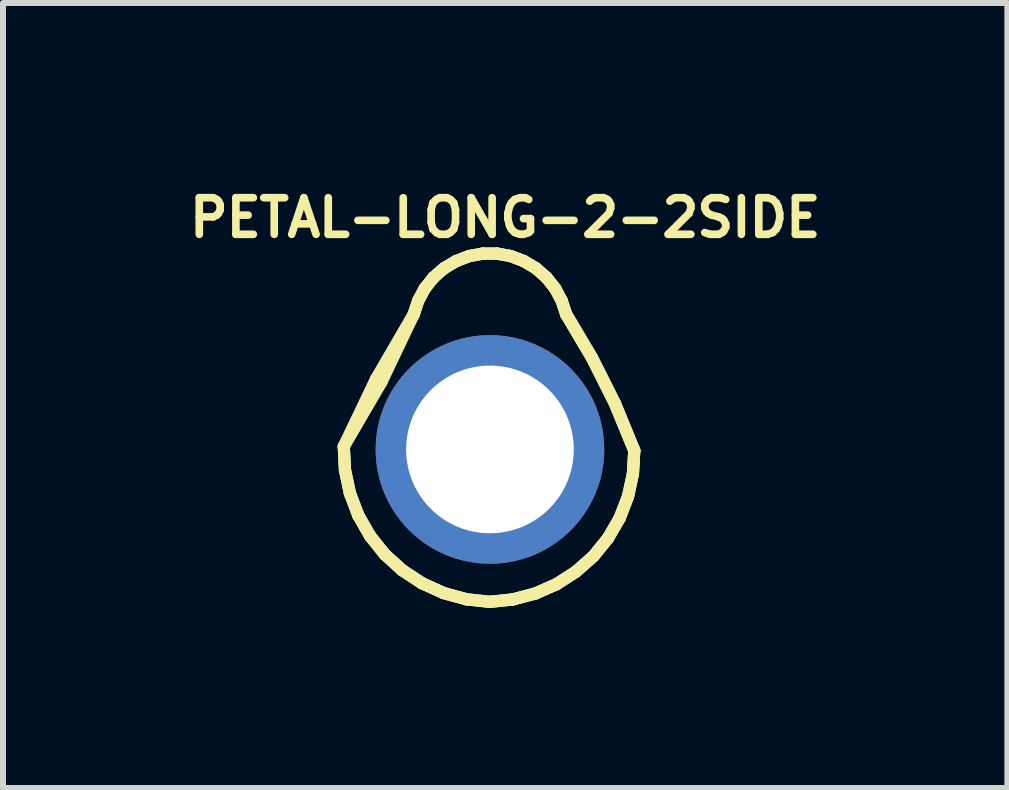
<source format=kicad_pcb>
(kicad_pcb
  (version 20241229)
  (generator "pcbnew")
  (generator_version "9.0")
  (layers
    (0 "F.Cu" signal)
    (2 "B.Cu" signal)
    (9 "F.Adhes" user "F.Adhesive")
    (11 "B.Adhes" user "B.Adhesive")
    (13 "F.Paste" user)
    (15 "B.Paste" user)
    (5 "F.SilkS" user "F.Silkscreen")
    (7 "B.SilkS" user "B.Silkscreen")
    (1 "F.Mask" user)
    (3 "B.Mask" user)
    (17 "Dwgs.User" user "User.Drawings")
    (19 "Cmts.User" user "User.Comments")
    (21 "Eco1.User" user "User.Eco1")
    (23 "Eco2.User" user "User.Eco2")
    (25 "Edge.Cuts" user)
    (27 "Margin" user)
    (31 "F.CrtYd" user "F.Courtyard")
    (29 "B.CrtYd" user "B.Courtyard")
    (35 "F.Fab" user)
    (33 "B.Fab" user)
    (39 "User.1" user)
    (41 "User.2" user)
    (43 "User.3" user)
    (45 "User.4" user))
  (footprint "PETAL-LONG-2-2SIDE"
    (layer "F.Cu")
    (at 5.115 4.44)
    (property "Reference" "PETAL-LONG-2-2SIDE" (at 0.254 -3.861 0) (layer "F.SilkS") (effects (font (size 0.61 0.61) (thickness 0.127))))
    (attr exclude_from_pos_files exclude_from_bom)
    (fp_line (start -2.436 -0.048) (end -2.416 0.343) (stroke (width 0.203) (type solid)) (layer "B.Cu"))
    (fp_line (start -2.416 0.343) (end -2.334 0.729) (stroke (width 0.203) (type solid)) (layer "B.Cu"))
    (fp_line (start -2.334 0.729) (end -2.195 1.097) (stroke (width 0.203) (type solid)) (layer "B.Cu"))
    (fp_line (start -2.195 1.097) (end -1.999 1.44) (stroke (width 0.203) (type solid)) (layer "B.Cu"))
    (fp_line (start -1.999 1.44) (end -1.753 1.748) (stroke (width 0.203) (type solid)) (layer "B.Cu"))
    (fp_line (start -1.897 -1.176) (end -2.436 -0.048) (stroke (width 0.203) (type solid)) (layer "B.Cu"))
    (fp_line (start -1.753 1.748) (end -1.46 2.014) (stroke (width 0.203) (type solid)) (layer "B.Cu"))
    (fp_line (start -1.46 2.014) (end -1.13 2.23) (stroke (width 0.203) (type solid)) (layer "B.Cu"))
    (fp_line (start -1.27 -2.253) (end -1.897 -1.176) (stroke (width 0.203) (type solid)) (layer "B.Cu"))
    (fp_line (start -1.196 -2.477) (end -1.27 -2.253) (stroke (width 0.203) (type solid)) (layer "B.Cu"))
    (fp_line (start -1.13 2.23) (end -0.772 2.393) (stroke (width 0.203) (type solid)) (layer "B.Cu"))
    (fp_line (start -1.087 -2.682) (end -1.196 -2.477) (stroke (width 0.203) (type solid)) (layer "B.Cu"))
    (fp_line (start -0.942 -2.865) (end -1.087 -2.682) (stroke (width 0.203) (type solid)) (layer "B.Cu"))
    (fp_line (start -0.772 2.393) (end -0.391 2.497) (stroke (width 0.203) (type solid)) (layer "B.Cu"))
    (fp_line (start -0.765 -3.02) (end -0.942 -2.865) (stroke (width 0.203) (type solid)) (layer "B.Cu"))
    (fp_line (start -0.564 -3.139) (end -0.765 -3.02) (stroke (width 0.203) (type solid)) (layer "B.Cu"))
    (fp_line (start -0.391 2.497) (end 0 2.54) (stroke (width 0.203) (type solid)) (layer "B.Cu"))
    (fp_line (start -0.345 -3.223) (end -0.564 -3.139) (stroke (width 0.203) (type solid)) (layer "B.Cu"))
    (fp_line (start -0.117 -3.264) (end -0.345 -3.223) (stroke (width 0.203) (type solid)) (layer "B.Cu"))
    (fp_line (start 0 2.54) (end 0.384 2.499) (stroke (width 0.203) (type solid)) (layer "B.Cu"))
    (fp_line (start 0.117 -3.264) (end -0.117 -3.264) (stroke (width 0.203) (type solid)) (layer "B.Cu"))
    (fp_line (start 0.345 -3.223) (end 0.117 -3.264) (stroke (width 0.203) (type solid)) (layer "B.Cu"))
    (fp_line (start 0.384 2.499) (end 0.757 2.4) (stroke (width 0.203) (type solid)) (layer "B.Cu"))
    (fp_line (start 0.564 -3.139) (end 0.345 -3.223) (stroke (width 0.203) (type solid)) (layer "B.Cu"))
    (fp_line (start 0.757 2.4) (end 1.11 2.245) (stroke (width 0.203) (type solid)) (layer "B.Cu"))
    (fp_line (start 0.765 -3.02) (end 0.564 -3.139) (stroke (width 0.203) (type solid)) (layer "B.Cu"))
    (fp_line (start 0.942 -2.865) (end 0.765 -3.02) (stroke (width 0.203) (type solid)) (layer "B.Cu"))
    (fp_line (start 1.087 -2.682) (end 0.942 -2.865) (stroke (width 0.203) (type solid)) (layer "B.Cu"))
    (fp_line (start 1.11 2.245) (end 1.435 2.035) (stroke (width 0.203) (type solid)) (layer "B.Cu"))
    (fp_line (start 1.196 -2.477) (end 1.087 -2.682) (stroke (width 0.203) (type solid)) (layer "B.Cu"))
    (fp_line (start 1.27 -2.253) (end 1.196 -2.477) (stroke (width 0.203) (type solid)) (layer "B.Cu"))
    (fp_line (start 1.435 2.035) (end 1.725 1.778) (stroke (width 0.203) (type solid)) (layer "B.Cu"))
    (fp_line (start 1.702 -1.524) (end 1.27 -2.253) (stroke (width 0.203) (type solid)) (layer "B.Cu"))
    (fp_line (start 1.725 1.778) (end 1.968 1.478) (stroke (width 0.203) (type solid)) (layer "B.Cu"))
    (fp_line (start 1.968 1.478) (end 2.162 1.143) (stroke (width 0.203) (type solid)) (layer "B.Cu"))
    (fp_line (start 2.083 -0.765) (end 1.702 -1.524) (stroke (width 0.203) (type solid)) (layer "B.Cu"))
    (fp_line (start 2.162 1.143) (end 2.301 0.782) (stroke (width 0.203) (type solid)) (layer "B.Cu"))
    (fp_line (start 2.301 0.782) (end 2.383 0.404) (stroke (width 0.203) (type solid)) (layer "B.Cu"))
    (fp_line (start 2.383 0.404) (end 2.405 0.018) (stroke (width 0.203) (type solid)) (layer "B.Cu"))
    (fp_line (start 2.405 0.018) (end 2.083 -0.765) (stroke (width 0.203) (type solid)) (layer "B.Cu"))
    (fp_line (start -2.436 -0.048) (end -2.416 0.343) (stroke (width 0.203) (type solid)) (layer "F.SilkS"))
    (fp_line (start -2.436 -0.048) (end -1.806 -1.128) (stroke (width 0.203) (type solid)) (layer "F.SilkS"))
    (fp_line (start -2.416 0.343) (end -2.436 -0.048) (stroke (width 0.203) (type solid)) (layer "F.SilkS"))
    (fp_line (start -2.416 0.343) (end -2.334 0.729) (stroke (width 0.203) (type solid)) (layer "F.SilkS"))
    (fp_line (start -2.334 0.729) (end -2.416 0.343) (stroke (width 0.203) (type solid)) (layer "F.SilkS"))
    (fp_line (start -2.334 0.729) (end -2.195 1.097) (stroke (width 0.203) (type solid)) (layer "F.SilkS"))
    (fp_line (start -2.195 1.097) (end -2.334 0.729) (stroke (width 0.203) (type solid)) (layer "F.SilkS"))
    (fp_line (start -2.195 1.097) (end -1.999 1.44) (stroke (width 0.203) (type solid)) (layer "F.SilkS"))
    (fp_line (start -1.999 1.44) (end -2.195 1.097) (stroke (width 0.203) (type solid)) (layer "F.SilkS"))
    (fp_line (start -1.999 1.44) (end -1.753 1.748) (stroke (width 0.203) (type solid)) (layer "F.SilkS"))
    (fp_line (start -1.897 -1.176) (end -2.436 -0.048) (stroke (width 0.203) (type solid)) (layer "F.SilkS"))
    (fp_line (start -1.806 -1.128) (end -1.27 -2.253) (stroke (width 0.203) (type solid)) (layer "F.SilkS"))
    (fp_line (start -1.753 1.748) (end -1.999 1.44) (stroke (width 0.203) (type solid)) (layer "F.SilkS"))
    (fp_line (start -1.753 1.748) (end -1.46 2.014) (stroke (width 0.203) (type solid)) (layer "F.SilkS"))
    (fp_line (start -1.46 2.014) (end -1.753 1.748) (stroke (width 0.203) (type solid)) (layer "F.SilkS"))
    (fp_line (start -1.46 2.014) (end -1.13 2.23) (stroke (width 0.203) (type solid)) (layer "F.SilkS"))
    (fp_line (start -1.27 -2.253) (end -1.897 -1.176) (stroke (width 0.203) (type solid)) (layer "F.SilkS"))
    (fp_line (start -1.27 -2.253) (end -1.196 -2.477) (stroke (width 0.203) (type solid)) (layer "F.SilkS"))
    (fp_line (start -1.196 -2.477) (end -1.27 -2.253) (stroke (width 0.203) (type solid)) (layer "F.SilkS"))
    (fp_line (start -1.196 -2.477) (end -1.087 -2.682) (stroke (width 0.203) (type solid)) (layer "F.SilkS"))
    (fp_line (start -1.13 2.23) (end -1.46 2.014) (stroke (width 0.203) (type solid)) (layer "F.SilkS"))
    (fp_line (start -1.13 2.23) (end -0.772 2.393) (stroke (width 0.203) (type solid)) (layer "F.SilkS"))
    (fp_line (start -1.087 -2.682) (end -1.196 -2.477) (stroke (width 0.203) (type solid)) (layer "F.SilkS"))
    (fp_line (start -1.087 -2.682) (end -0.942 -2.865) (stroke (width 0.203) (type solid)) (layer "F.SilkS"))
    (fp_line (start -0.942 -2.865) (end -1.087 -2.682) (stroke (width 0.203) (type solid)) (layer "F.SilkS"))
    (fp_line (start -0.942 -2.865) (end -0.765 -3.02) (stroke (width 0.203) (type solid)) (layer "F.SilkS"))
    (fp_line (start -0.772 2.393) (end -1.13 2.23) (stroke (width 0.203) (type solid)) (layer "F.SilkS"))
    (fp_line (start -0.772 2.393) (end -0.391 2.497) (stroke (width 0.203) (type solid)) (layer "F.SilkS"))
    (fp_line (start -0.765 -3.02) (end -0.942 -2.865) (stroke (width 0.203) (type solid)) (layer "F.SilkS"))
    (fp_line (start -0.765 -3.02) (end -0.564 -3.139) (stroke (width 0.203) (type solid)) (layer "F.SilkS"))
    (fp_line (start -0.564 -3.139) (end -0.765 -3.02) (stroke (width 0.203) (type solid)) (layer "F.SilkS"))
    (fp_line (start -0.564 -3.139) (end -0.345 -3.223) (stroke (width 0.203) (type solid)) (layer "F.SilkS"))
    (fp_line (start -0.391 2.497) (end -0.772 2.393) (stroke (width 0.203) (type solid)) (layer "F.SilkS"))
    (fp_line (start -0.391 2.497) (end 0 2.54) (stroke (width 0.203) (type solid)) (layer "F.SilkS"))
    (fp_line (start -0.345 -3.223) (end -0.564 -3.139) (stroke (width 0.203) (type solid)) (layer "F.SilkS"))
    (fp_line (start -0.345 -3.223) (end -0.117 -3.264) (stroke (width 0.203) (type solid)) (layer "F.SilkS"))
    (fp_line (start -0.117 -3.264) (end -0.345 -3.223) (stroke (width 0.203) (type solid)) (layer "F.SilkS"))
    (fp_line (start -0.117 -3.264) (end 0.117 -3.264) (stroke (width 0.203) (type solid)) (layer "F.SilkS"))
    (fp_line (start 0 2.54) (end -0.391 2.497) (stroke (width 0.203) (type solid)) (layer "F.SilkS"))
    (fp_line (start 0 2.54) (end 0.384 2.499) (stroke (width 0.203) (type solid)) (layer "F.SilkS"))
    (fp_line (start 0.117 -3.264) (end -0.117 -3.264) (stroke (width 0.203) (type solid)) (layer "F.SilkS"))
    (fp_line (start 0.117 -3.264) (end 0.345 -3.223) (stroke (width 0.203) (type solid)) (layer "F.SilkS"))
    (fp_line (start 0.345 -3.223) (end 0.117 -3.264) (stroke (width 0.203) (type solid)) (layer "F.SilkS"))
    (fp_line (start 0.345 -3.223) (end 0.564 -3.139) (stroke (width 0.203) (type solid)) (layer "F.SilkS"))
    (fp_line (start 0.384 2.499) (end 0 2.54) (stroke (width 0.203) (type solid)) (layer "F.SilkS"))
    (fp_line (start 0.384 2.499) (end 0.757 2.4) (stroke (width 0.203) (type solid)) (layer "F.SilkS"))
    (fp_line (start 0.564 -3.139) (end 0.345 -3.223) (stroke (width 0.203) (type solid)) (layer "F.SilkS"))
    (fp_line (start 0.564 -3.139) (end 0.765 -3.02) (stroke (width 0.203) (type solid)) (layer "F.SilkS"))
    (fp_line (start 0.757 2.4) (end 0.384 2.499) (stroke (width 0.203) (type solid)) (layer "F.SilkS"))
    (fp_line (start 0.757 2.4) (end 1.11 2.245) (stroke (width 0.203) (type solid)) (layer "F.SilkS"))
    (fp_line (start 0.765 -3.02) (end 0.564 -3.139) (stroke (width 0.203) (type solid)) (layer "F.SilkS"))
    (fp_line (start 0.765 -3.02) (end 0.942 -2.865) (stroke (width 0.203) (type solid)) (layer "F.SilkS"))
    (fp_line (start 0.942 -2.865) (end 0.765 -3.02) (stroke (width 0.203) (type solid)) (layer "F.SilkS"))
    (fp_line (start 0.942 -2.865) (end 1.087 -2.682) (stroke (width 0.203) (type solid)) (layer "F.SilkS"))
    (fp_line (start 1.087 -2.682) (end 0.942 -2.865) (stroke (width 0.203) (type solid)) (layer "F.SilkS"))
    (fp_line (start 1.087 -2.682) (end 1.196 -2.477) (stroke (width 0.203) (type solid)) (layer "F.SilkS"))
    (fp_line (start 1.11 2.245) (end 0.757 2.4) (stroke (width 0.203) (type solid)) (layer "F.SilkS"))
    (fp_line (start 1.11 2.245) (end 1.435 2.035) (stroke (width 0.203) (type solid)) (layer "F.SilkS"))
    (fp_line (start 1.196 -2.477) (end 1.087 -2.682) (stroke (width 0.203) (type solid)) (layer "F.SilkS"))
    (fp_line (start 1.196 -2.477) (end 1.27 -2.253) (stroke (width 0.203) (type solid)) (layer "F.SilkS"))
    (fp_line (start 1.27 -2.253) (end 1.196 -2.477) (stroke (width 0.203) (type solid)) (layer "F.SilkS"))
    (fp_line (start 1.27 -2.253) (end 1.702 -1.524) (stroke (width 0.203) (type solid)) (layer "F.SilkS"))
    (fp_line (start 1.435 2.035) (end 1.11 2.245) (stroke (width 0.203) (type solid)) (layer "F.SilkS"))
    (fp_line (start 1.435 2.035) (end 1.725 1.778) (stroke (width 0.203) (type solid)) (layer "F.SilkS"))
    (fp_line (start 1.702 -1.524) (end 1.27 -2.253) (stroke (width 0.203) (type solid)) (layer "F.SilkS"))
    (fp_line (start 1.702 -1.524) (end 2.083 -0.765) (stroke (width 0.203) (type solid)) (layer "F.SilkS"))
    (fp_line (start 1.725 1.778) (end 1.435 2.035) (stroke (width 0.203) (type solid)) (layer "F.SilkS"))
    (fp_line (start 1.725 1.778) (end 1.968 1.478) (stroke (width 0.203) (type solid)) (layer "F.SilkS"))
    (fp_line (start 1.968 1.478) (end 1.725 1.778) (stroke (width 0.203) (type solid)) (layer "F.SilkS"))
    (fp_line (start 1.968 1.478) (end 2.162 1.143) (stroke (width 0.203) (type solid)) (layer "F.SilkS"))
    (fp_line (start 2.083 -0.765) (end 1.702 -1.524) (stroke (width 0.203) (type solid)) (layer "F.SilkS"))
    (fp_line (start 2.083 -0.765) (end 2.405 0.018) (stroke (width 0.203) (type solid)) (layer "F.SilkS"))
    (fp_line (start 2.162 1.143) (end 1.968 1.478) (stroke (width 0.203) (type solid)) (layer "F.SilkS"))
    (fp_line (start 2.162 1.143) (end 2.301 0.782) (stroke (width 0.203) (type solid)) (layer "F.SilkS"))
    (fp_line (start 2.301 0.782) (end 2.162 1.143) (stroke (width 0.203) (type solid)) (layer "F.SilkS"))
    (fp_line (start 2.301 0.782) (end 2.383 0.404) (stroke (width 0.203) (type solid)) (layer "F.SilkS"))
    (fp_line (start 2.383 0.404) (end 2.301 0.782) (stroke (width 0.203) (type solid)) (layer "F.SilkS"))
    (fp_line (start 2.383 0.404) (end 2.405 0.018) (stroke (width 0.203) (type solid)) (layer "F.SilkS"))
    (fp_line (start 2.405 0.018) (end 2.083 -0.765) (stroke (width 0.203) (type solid)) (layer "F.SilkS"))
    (fp_line (start 2.405 0.018) (end 2.383 0.404) (stroke (width 0.203) (type solid)) (layer "F.SilkS"))
    (fp_line (start -2.436 -0.048) (end -1.897 -1.176) (stroke (width 0.203) (type solid)) (layer "B.Adhes"))
    (fp_line (start -2.416 0.343) (end -2.436 -0.048) (stroke (width 0.203) (type solid)) (layer "B.Adhes"))
    (fp_line (start -2.334 0.729) (end -2.416 0.343) (stroke (width 0.203) (type solid)) (layer "B.Adhes"))
    (fp_line (start -2.195 1.097) (end -2.334 0.729) (stroke (width 0.203) (type solid)) (layer "B.Adhes"))
    (fp_line (start -1.999 1.44) (end -2.195 1.097) (stroke (width 0.203) (type solid)) (layer "B.Adhes"))
    (fp_line (start -1.897 -1.176) (end -1.27 -2.253) (stroke (width 0.203) (type solid)) (layer "B.Adhes"))
    (fp_line (start -1.753 1.748) (end -1.999 1.44) (stroke (width 0.203) (type solid)) (layer "B.Adhes"))
    (fp_line (start -1.46 2.014) (end -1.753 1.748) (stroke (width 0.203) (type solid)) (layer "B.Adhes"))
    (fp_line (start -1.27 -2.253) (end -1.196 -2.477) (stroke (width 0.203) (type solid)) (layer "B.Adhes"))
    (fp_line (start -1.196 -2.477) (end -1.087 -2.682) (stroke (width 0.203) (type solid)) (layer "B.Adhes"))
    (fp_line (start -1.13 2.23) (end -1.46 2.014) (stroke (width 0.203) (type solid)) (layer "B.Adhes"))
    (fp_line (start -1.087 -2.682) (end -0.942 -2.865) (stroke (width 0.203) (type solid)) (layer "B.Adhes"))
    (fp_line (start -0.942 -2.865) (end -0.765 -3.02) (stroke (width 0.203) (type solid)) (layer "B.Adhes"))
    (fp_line (start -0.772 2.393) (end -1.13 2.23) (stroke (width 0.203) (type solid)) (layer "B.Adhes"))
    (fp_line (start -0.765 -3.02) (end -0.564 -3.139) (stroke (width 0.203) (type solid)) (layer "B.Adhes"))
    (fp_line (start -0.564 -3.139) (end -0.345 -3.223) (stroke (width 0.203) (type solid)) (layer "B.Adhes"))
    (fp_line (start -0.391 2.497) (end -0.772 2.393) (stroke (width 0.203) (type solid)) (layer "B.Adhes"))
    (fp_line (start -0.345 -3.223) (end -0.117 -3.264) (stroke (width 0.203) (type solid)) (layer "B.Adhes"))
    (fp_line (start -0.117 -3.264) (end 0.117 -3.264) (stroke (width 0.203) (type solid)) (layer "B.Adhes"))
    (fp_line (start 0 2.54) (end -0.391 2.497) (stroke (width 0.203) (type solid)) (layer "B.Adhes"))
    (fp_line (start 0.117 -3.264) (end 0.345 -3.223) (stroke (width 0.203) (type solid)) (layer "B.Adhes"))
    (fp_line (start 0.345 -3.223) (end 0.564 -3.139) (stroke (width 0.203) (type solid)) (layer "B.Adhes"))
    (fp_line (start 0.384 2.499) (end 0 2.54) (stroke (width 0.203) (type solid)) (layer "B.Adhes"))
    (fp_line (start 0.564 -3.139) (end 0.765 -3.02) (stroke (width 0.203) (type solid)) (layer "B.Adhes"))
    (fp_line (start 0.757 2.4) (end 0.384 2.499) (stroke (width 0.203) (type solid)) (layer "B.Adhes"))
    (fp_line (start 0.765 -3.02) (end 0.942 -2.865) (stroke (width 0.203) (type solid)) (layer "B.Adhes"))
    (fp_line (start 0.942 -2.865) (end 1.087 -2.682) (stroke (width 0.203) (type solid)) (layer "B.Adhes"))
    (fp_line (start 1.087 -2.682) (end 1.196 -2.477) (stroke (width 0.203) (type solid)) (layer "B.Adhes"))
    (fp_line (start 1.11 2.245) (end 0.757 2.4) (stroke (width 0.203) (type solid)) (layer "B.Adhes"))
    (fp_line (start 1.196 -2.477) (end 1.27 -2.253) (stroke (width 0.203) (type solid)) (layer "B.Adhes"))
    (fp_line (start 1.27 -2.253) (end 1.702 -1.524) (stroke (width 0.203) (type solid)) (layer "B.Adhes"))
    (fp_line (start 1.435 2.035) (end 1.11 2.245) (stroke (width 0.203) (type solid)) (layer "B.Adhes"))
    (fp_line (start 1.702 -1.524) (end 2.083 -0.765) (stroke (width 0.203) (type solid)) (layer "B.Adhes"))
    (fp_line (start 1.725 1.778) (end 1.435 2.035) (stroke (width 0.203) (type solid)) (layer "B.Adhes"))
    (fp_line (start 1.968 1.478) (end 1.725 1.778) (stroke (width 0.203) (type solid)) (layer "B.Adhes"))
    (fp_line (start 2.083 -0.765) (end 2.405 0.018) (stroke (width 0.203) (type solid)) (layer "B.Adhes"))
    (fp_line (start 2.162 1.143) (end 1.968 1.478) (stroke (width 0.203) (type solid)) (layer "B.Adhes"))
    (fp_line (start 2.301 0.782) (end 2.162 1.143) (stroke (width 0.203) (type solid)) (layer "B.Adhes"))
    (fp_line (start 2.383 0.404) (end 2.301 0.782) (stroke (width 0.203) (type solid)) (layer "B.Adhes"))
    (fp_line (start 2.405 0.018) (end 2.383 0.404) (stroke (width 0.203) (type solid)) (layer "B.Adhes"))
    (pad "1" thru_hole circle (at 0 0) (size 3.81 3.81) (drill 2.794) (layers "*.Cu" "*.Paste" "*.Mask")))
  (gr_rect
    (start -3 -3)
    (end 13.738 10.082)
    (stroke (width 0.1) (type default))
    (fill no)
    (layer "Edge.Cuts")))
</source>
